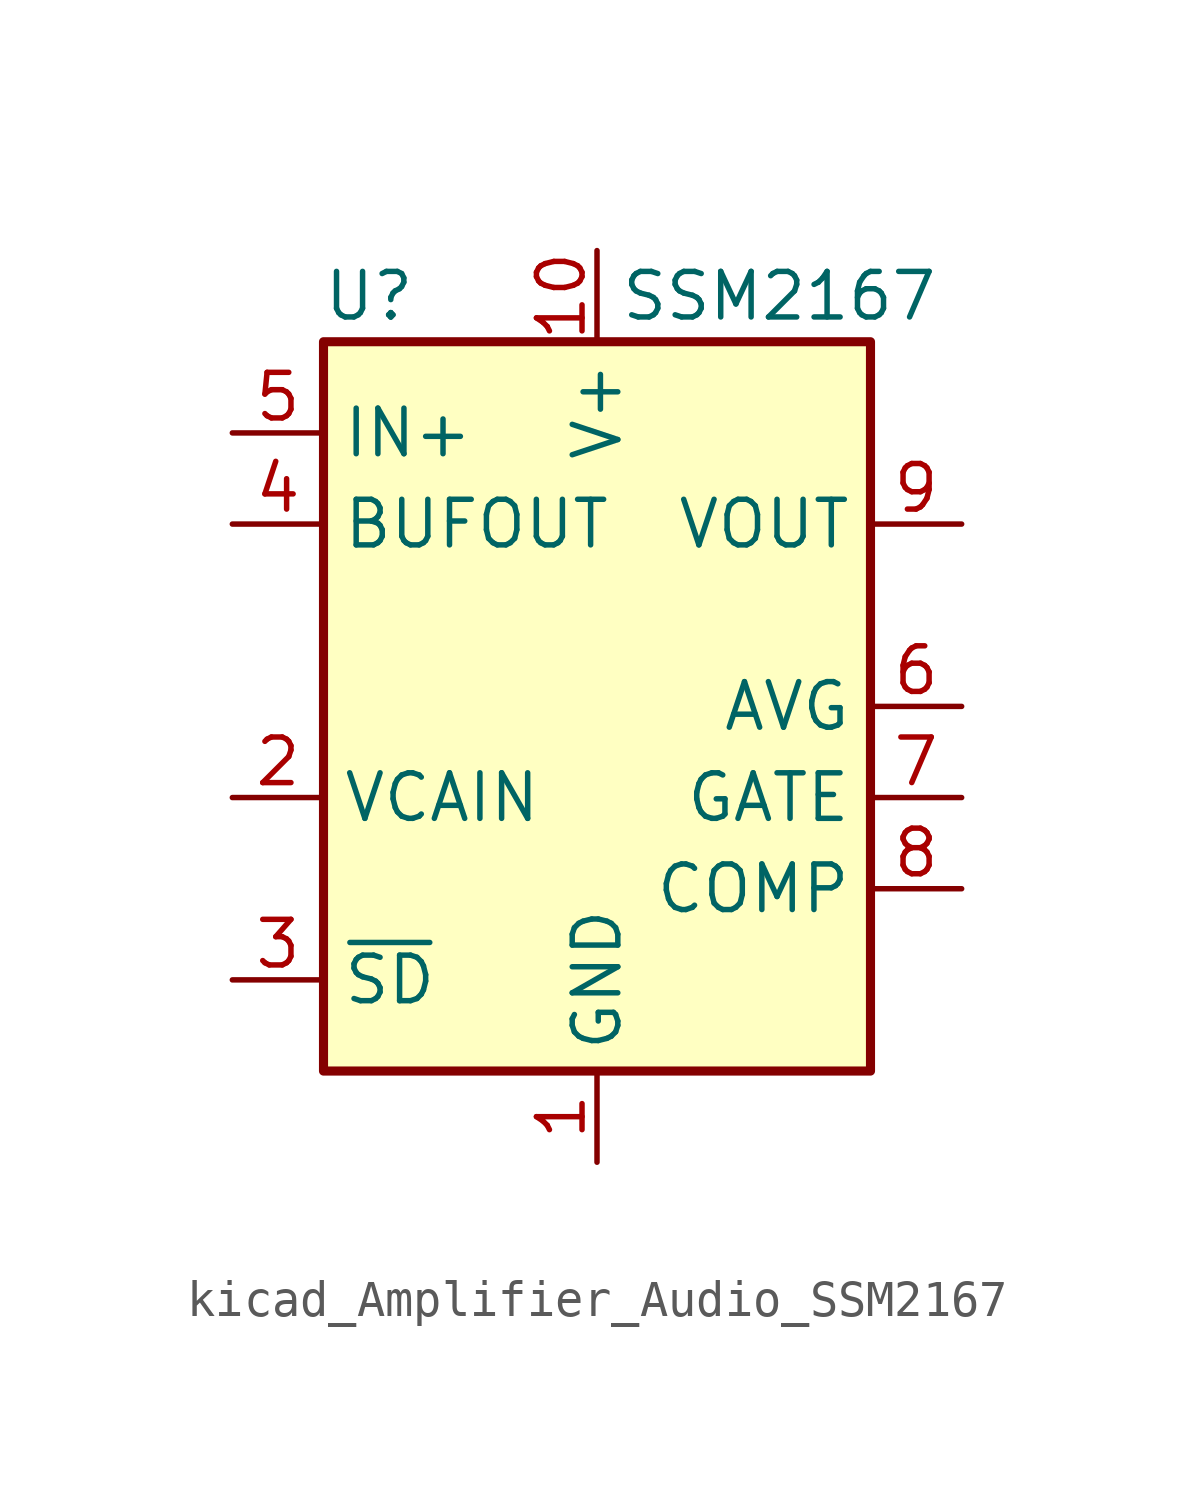
<source format=kicad_sym>
(kicad_symbol_lib
  (version 20220914)
  (generator kicad_symbol_editor)
  (symbol "kicad_Amplifier_Audio_SSM2167"
    (property "Reference" "U"
      (at -6.35 11.43 0)
      (effects (font (size 1.27 1.27))))
    (property "Value" "SSM2167"
      (at 5.08 11.43 0)
      (effects (font (size 1.27 1.27))))
    (symbol "kicad_Amplifier_Audio_SSM2167_0_1"
      (rectangle (start -7.62 10.16) (end 7.62 -10.16) (stroke (width 0.254) (type default)) (fill (type background))))
    (symbol "kicad_Amplifier_Audio_SSM2167_1_1"
      (pin power_in line (at 0 -12.7 90) (length 2.54) (name "GND" (effects (font (size 1.27 1.27)))) (number "1" (effects (font (size 1.27 1.27)))))
      (pin power_in line (at 0 12.7 270) (length 2.54) (name "V+" (effects (font (size 1.27 1.27)))) (number "10" (effects (font (size 1.27 1.27)))))
      (pin input line (at -10.16 -2.54 0) (length 2.54) (name "VCAIN" (effects (font (size 1.27 1.27)))) (number "2" (effects (font (size 1.27 1.27)))))
      (pin input line (at -10.16 -7.62 0) (length 2.54) (name "~{SD}" (effects (font (size 1.27 1.27)))) (number "3" (effects (font (size 1.27 1.27)))))
      (pin output line (at -10.16 5.08 0) (length 2.54) (name "BUFOUT" (effects (font (size 1.27 1.27)))) (number "4" (effects (font (size 1.27 1.27)))))
      (pin input line (at -10.16 7.62 0) (length 2.54) (name "IN+" (effects (font (size 1.27 1.27)))) (number "5" (effects (font (size 1.27 1.27)))))
      (pin passive line (at 10.16 0 180) (length 2.54) (name "AVG" (effects (font (size 1.27 1.27)))) (number "6" (effects (font (size 1.27 1.27)))))
      (pin passive line (at 10.16 -2.54 180) (length 2.54) (name "GATE" (effects (font (size 1.27 1.27)))) (number "7" (effects (font (size 1.27 1.27)))))
      (pin passive line (at 10.16 -5.08 180) (length 2.54) (name "COMP" (effects (font (size 1.27 1.27)))) (number "8" (effects (font (size 1.27 1.27)))))
      (pin output line (at 10.16 5.08 180) (length 2.54) (name "VOUT" (effects (font (size 1.27 1.27)))) (number "9" (effects (font (size 1.27 1.27))))))))
</source>
